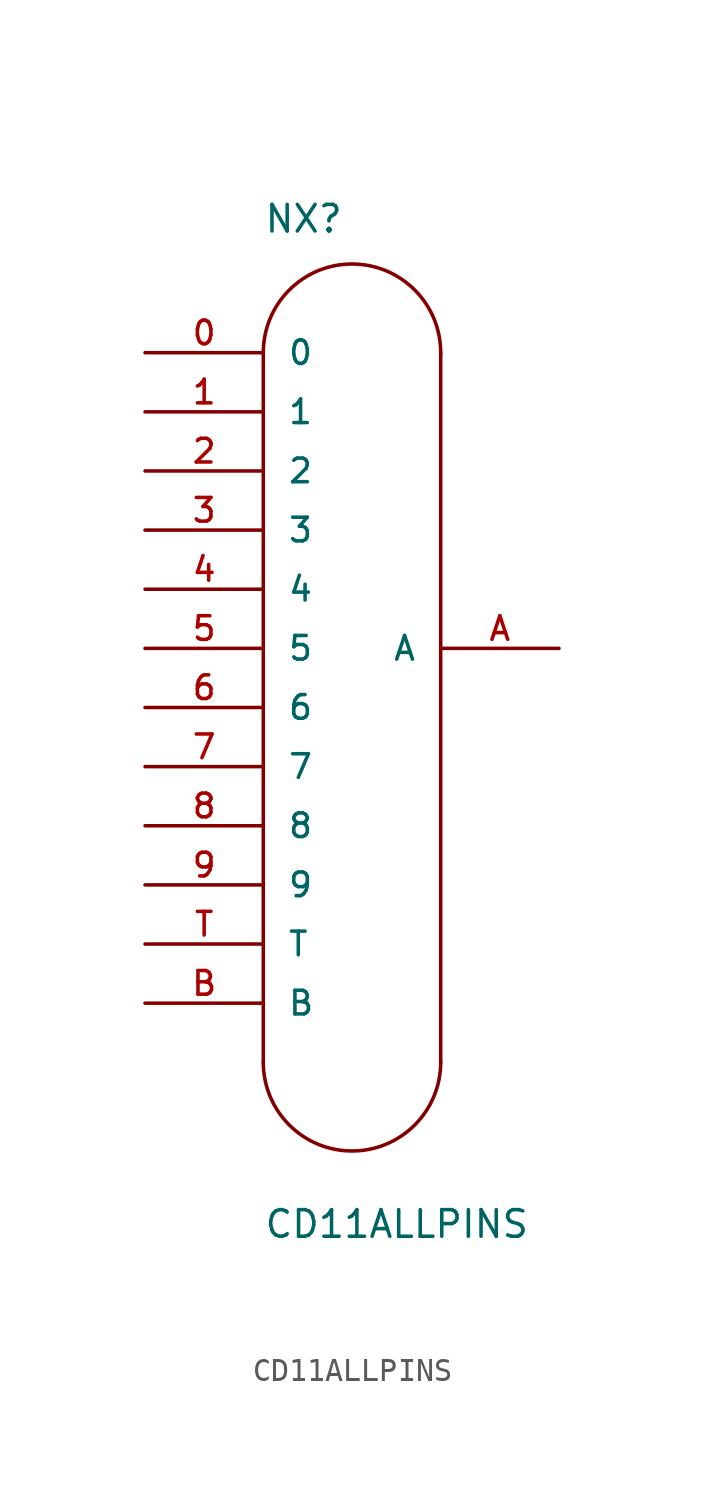
<source format=kicad_sym>
(kicad_symbol_lib
  (version 20211014)
  (generator kicad_symbol_editor)
  (symbol "CD11ALLPINS"
    (pin_names
      (offset 1.016))
    (property "Reference" "NX"
      (at -22.86 12.7 0)
      (effects (font (size 1.143 1.143)) (justify left bottom)))
    (property "Value" "CD11ALLPINS"
      (at -22.86 -30.48 0)
      (effects (font (size 1.143 1.143)) (justify left bottom)))
    (property "ki_locked" ""
      (at 0 0 0)
      (effects (font (size 1.27 1.27))))
    (symbol "CD11ALLPINS_1_0"
      (polyline (pts (xy -22.86 7.62) (xy -22.86 -22.86)) (stroke (width 0) (type default) (color 0 0 0 0)) (fill (type none)))
      (polyline (pts (xy -15.24 7.62) (xy -15.24 -22.86)) (stroke (width 0) (type default) (color 0 0 0 0)) (fill (type none))))
    (symbol "CD11ALLPINS_1_1"
      (arc (start -22.86 -22.86) (mid -19.05 -26.67) (end -15.24 -22.86) (stroke (width 0) (type default) (color 0 0 0 0)) (fill (type none)))
      (arc (start -15.24 7.62) (mid -19.05 11.43) (end -22.86 7.62) (stroke (width 0) (type default) (color 0 0 0 0)) (fill (type none)))
      (pin passive line (at -27.94 7.62 0) (length 5.08) (name "0" (effects (font (size 1.016 1.016)))) (number "0" (effects (font (size 1.016 1.016)))))
      (pin passive line (at -27.94 5.08 0) (length 5.08) (name "1" (effects (font (size 1.016 1.016)))) (number "1" (effects (font (size 1.016 1.016)))))
      (pin passive line (at -27.94 2.54 0) (length 5.08) (name "2" (effects (font (size 1.016 1.016)))) (number "2" (effects (font (size 1.016 1.016)))))
      (pin passive line (at -27.94 0 0) (length 5.08) (name "3" (effects (font (size 1.016 1.016)))) (number "3" (effects (font (size 1.016 1.016)))))
      (pin passive line (at -27.94 -2.54 0) (length 5.08) (name "4" (effects (font (size 1.016 1.016)))) (number "4" (effects (font (size 1.016 1.016)))))
      (pin passive line (at -27.94 -5.08 0) (length 5.08) (name "5" (effects (font (size 1.016 1.016)))) (number "5" (effects (font (size 1.016 1.016)))))
      (pin passive line (at -27.94 -7.62 0) (length 5.08) (name "6" (effects (font (size 1.016 1.016)))) (number "6" (effects (font (size 1.016 1.016)))))
      (pin passive line (at -27.94 -10.16 0) (length 5.08) (name "7" (effects (font (size 1.016 1.016)))) (number "7" (effects (font (size 1.016 1.016)))))
      (pin passive line (at -27.94 -12.7 0) (length 5.08) (name "8" (effects (font (size 1.016 1.016)))) (number "8" (effects (font (size 1.016 1.016)))))
      (pin passive line (at -27.94 -15.24 0) (length 5.08) (name "9" (effects (font (size 1.016 1.016)))) (number "9" (effects (font (size 1.016 1.016)))))
      (pin passive line (at -10.16 -5.08 180) (length 5.08) (name "A" (effects (font (size 1.016 1.016)))) (number "A" (effects (font (size 1.016 1.016)))))
      (pin passive line (at -27.94 -20.32 0) (length 5.08) (name "B" (effects (font (size 1.016 1.016)))) (number "B" (effects (font (size 1.016 1.016)))))
      (pin passive line (at -27.94 -17.78 0) (length 5.08) (name "T" (effects (font (size 1.016 1.016)))) (number "T" (effects (font (size 1.016 1.016))))))))
</source>
